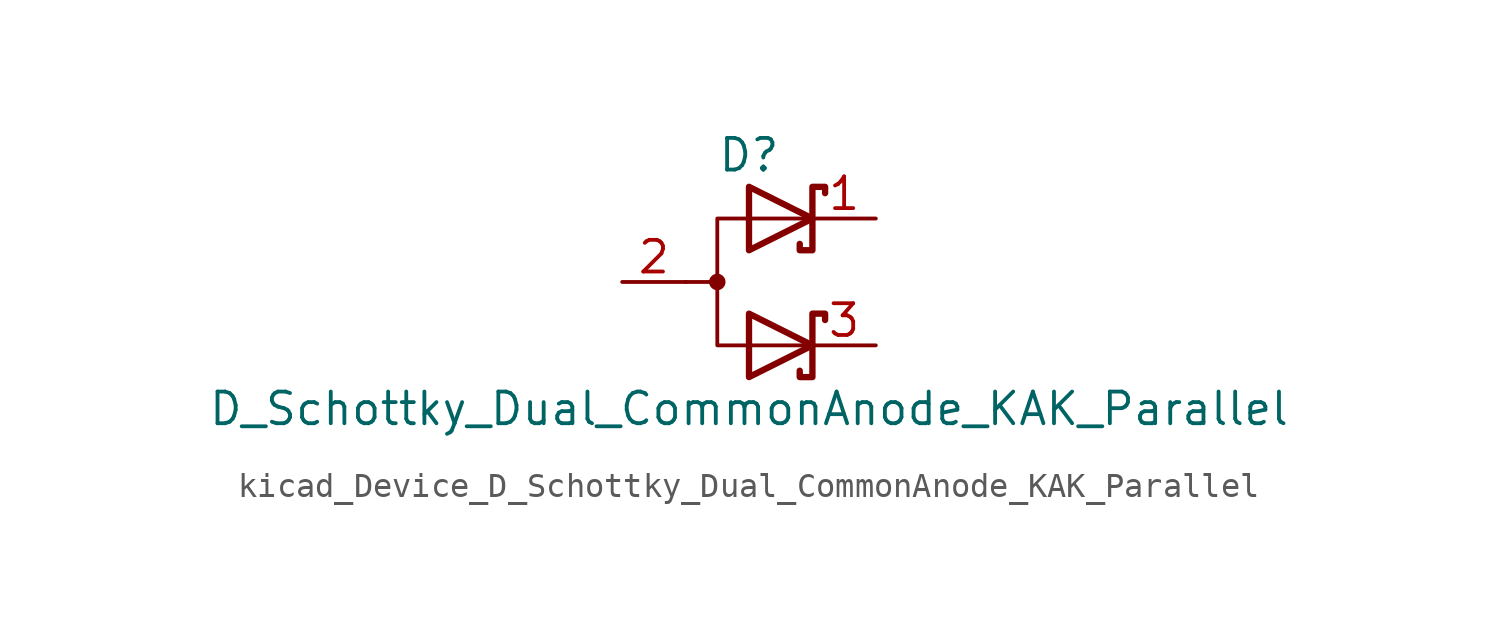
<source format=kicad_sym>
(kicad_symbol_lib
  (version 20220914)
  (generator kicad_symbol_editor)
  (symbol "kicad_Device_D_Schottky_Dual_CommonAnode_KAK_Parallel"
    (pin_names
      (offset 0.762) hide)
    (property "Reference" "D"
      (at 0 5.08 0)
      (effects (font (size 1.27 1.27))))
    (property "Value" "D_Schottky_Dual_CommonAnode_KAK_Parallel"
      (at 0 -5.08 0)
      (effects (font (size 1.27 1.27))))
    (symbol "kicad_Device_D_Schottky_Dual_CommonAnode_KAK_Parallel_0_1"
      (circle (center -1.27 0) (radius 0.254) (stroke (width 0) (type default)) (fill (type outline)))
      (polyline (pts (xy -1.27 0) (xy -2.54 0)) (stroke (width 0) (type default)) (fill (type none)))
      (polyline (pts (xy 2.54 2.54) (xy -1.27 2.54) (xy -1.27 -2.54) (xy 2.54 -2.54)) (stroke (width 0) (type default)) (fill (type none)))
      (polyline (pts (xy 0 -1.27) (xy 2.54 -2.54) (xy 0 -3.81) (xy 0 -1.27) (xy 0 -1.27) (xy 0 -1.27)) (stroke (width 0.254) (type default)) (fill (type none)))
      (polyline (pts (xy 0 3.81) (xy 2.54 2.54) (xy 0 1.27) (xy 0 3.81) (xy 0 3.81) (xy 0 3.81)) (stroke (width 0.254) (type default)) (fill (type none)))
      (polyline (pts (xy 3.048 -1.524) (xy 3.048 -1.27) (xy 2.54 -1.27) (xy 2.54 -3.81) (xy 2.032 -3.81) (xy 2.032 -3.556)) (stroke (width 0.254) (type default)) (fill (type none)))
      (polyline (pts (xy 3.048 3.556) (xy 3.048 3.81) (xy 2.54 3.81) (xy 2.54 1.27) (xy 2.032 1.27) (xy 2.032 1.524)) (stroke (width 0.254) (type default)) (fill (type none)))
      (pin passive line (at 5.08 2.54 180) (length 2.54) (name "K" (effects (font (size 1.27 1.27)))) (number "1" (effects (font (size 1.27 1.27)))))
      (pin passive line (at -5.08 0 0) (length 2.54) (name "A" (effects (font (size 1.27 1.27)))) (number "2" (effects (font (size 1.27 1.27)))))
      (pin passive line (at 5.08 -2.54 180) (length 2.54) (name "K" (effects (font (size 1.27 1.27)))) (number "3" (effects (font (size 1.27 1.27))))))))
</source>
